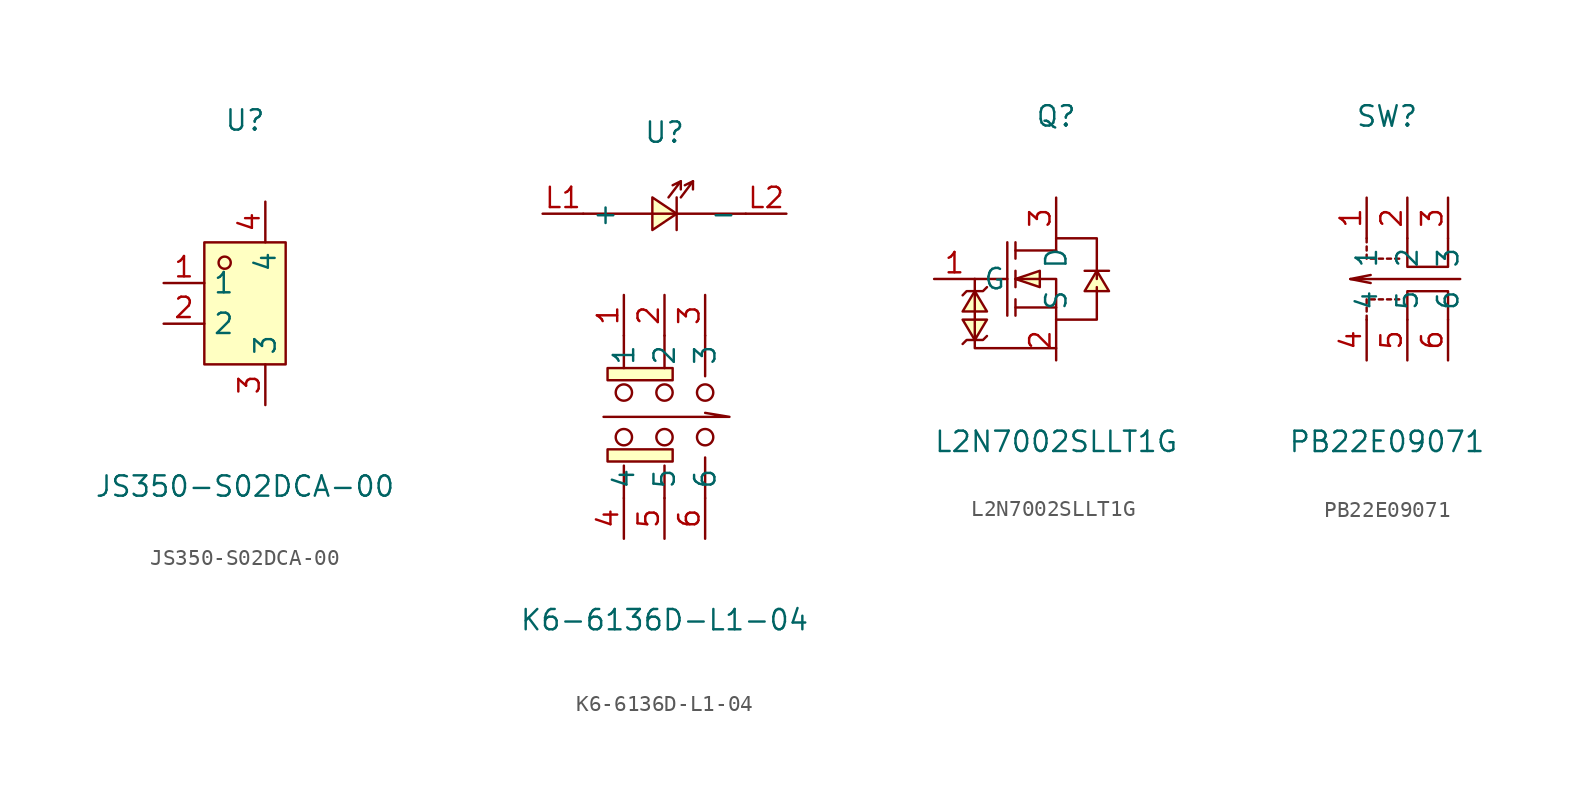
<source format=kicad_sym>
(kicad_symbol_lib
  (version 20241209)
  (generator "kicad_symbol_editor")
  (generator_version "9.0")
  (symbol "JS350-S02DCA-00"
    (property "Reference" "U"
      (at 0 11.43 0)
      (effects (font (size 1.27 1.27))))
    (property "Value" "JS350-S02DCA-00"
      (at 0 -11.43 0)
      (effects (font (size 1.27 1.27))))
    (symbol "JS350-S02DCA-00_0_1"
      (rectangle (start -2.54 3.81) (end 2.54 -3.81) (stroke (width 0) (type default)) (fill (type background)))
      (circle (center -1.27 2.54) (radius 0.38) (stroke (width 0) (type default)) (fill (type none)))
      (pin unspecified line (at -5.08 1.27 0) (length 2.54) (name "1" (effects (font (size 1.27 1.27)))) (number "1" (effects (font (size 1.27 1.27)))))
      (pin unspecified line (at -5.08 -1.27 0) (length 2.54) (name "2" (effects (font (size 1.27 1.27)))) (number "2" (effects (font (size 1.27 1.27)))))
      (pin unspecified line (at 1.27 6.35 270) (length 2.54) (name "4" (effects (font (size 1.27 1.27)))) (number "4" (effects (font (size 1.27 1.27)))))
      (pin unspecified line (at 1.27 -6.35 90) (length 2.54) (name "3" (effects (font (size 1.27 1.27)))) (number "3" (effects (font (size 1.27 1.27)))))))
  (symbol "K6-6136D-L1-04"
    (property "Reference" "U"
      (at 0 13.97 0)
      (effects (font (size 1.27 1.27))))
    (property "Value" "K6-6136D-L1-04"
      (at 0 -16.51 0)
      (effects (font (size 1.27 1.27))))
    (symbol "K6-6136D-L1-04_0_1"
      (polyline (pts (xy -5.08 8.89) (xy 5.08 8.89)) (stroke (width 0) (type default)) (fill (type none)))
      (polyline (pts (xy -3.81 -3.81) (xy 4.06 -3.81) (xy 2.54 -3.56)) (stroke (width 0) (type default)) (fill (type none)))
      (rectangle (start -3.56 -0.76) (end 0.51 -1.52) (stroke (width 0) (type default)) (fill (type background)))
      (rectangle (start -3.56 -5.84) (end 0.51 -6.6) (stroke (width 0) (type default)) (fill (type background)))
      (polyline (pts (xy -2.54 -0.76) (xy -2.54 1.27)) (stroke (width 0) (type default)) (fill (type none)))
      (circle (center -2.54 -2.29) (radius 0.51) (stroke (width 0) (type default)) (fill (type none)))
      (circle (center -2.54 -5.08) (radius 0.51) (stroke (width 0) (type default)) (fill (type none)))
      (polyline (pts (xy -2.54 -6.86) (xy -2.54 -8.89)) (stroke (width 0) (type default)) (fill (type none)))
      (polyline (pts (xy -0.76 9.91) (xy -0.76 7.87) (xy 0.76 8.89) (xy -0.76 9.91)) (stroke (width 0) (type default)) (fill (type background)))
      (polyline (pts (xy 0 -0.76) (xy 0 1.27)) (stroke (width 0) (type default)) (fill (type none)))
      (circle (center 0 -2.29) (radius 0.51) (stroke (width 0) (type default)) (fill (type none)))
      (circle (center 0 -5.08) (radius 0.51) (stroke (width 0) (type default)) (fill (type none)))
      (polyline (pts (xy 0 -6.86) (xy 0 -8.89)) (stroke (width 0) (type default)) (fill (type none)))
      (polyline (pts (xy 0.25 9.91) (xy 1.02 10.92) (xy 0.51 10.67)) (stroke (width 0) (type default)) (fill (type none)))
      (polyline (pts (xy 0.76 9.91) (xy 0.76 7.87)) (stroke (width 0) (type default)) (fill (type none)))
      (polyline (pts (xy 1.02 10.92) (xy 1.02 10.41)) (stroke (width 0) (type default)) (fill (type none)))
      (polyline (pts (xy 1.02 9.91) (xy 1.78 10.92) (xy 1.27 10.67)) (stroke (width 0) (type default)) (fill (type none)))
      (polyline (pts (xy 1.78 10.92) (xy 1.78 10.41)) (stroke (width 0) (type default)) (fill (type none)))
      (polyline (pts (xy 2.54 -1.27) (xy 2.54 1.27)) (stroke (width 0) (type default)) (fill (type none)))
      (circle (center 2.54 -2.29) (radius 0.51) (stroke (width 0) (type default)) (fill (type none)))
      (circle (center 2.54 -5.08) (radius 0.51) (stroke (width 0) (type default)) (fill (type none)))
      (polyline (pts (xy 2.54 -6.35) (xy 2.54 -8.89)) (stroke (width 0) (type default)) (fill (type none)))
      (pin unspecified line (at -7.62 8.89 0) (length 2.54) (name "+" (effects (font (size 1.27 1.27)))) (number "L1" (effects (font (size 1.27 1.27)))))
      (pin unspecified line (at -2.54 3.81 270) (length 2.54) (name "1" (effects (font (size 1.27 1.27)))) (number "1" (effects (font (size 1.27 1.27)))))
      (pin unspecified line (at -2.54 -11.43 90) (length 2.54) (name "4" (effects (font (size 1.27 1.27)))) (number "4" (effects (font (size 1.27 1.27)))))
      (pin unspecified line (at 0 3.81 270) (length 2.54) (name "2" (effects (font (size 1.27 1.27)))) (number "2" (effects (font (size 1.27 1.27)))))
      (pin unspecified line (at 0 -11.43 90) (length 2.54) (name "5" (effects (font (size 1.27 1.27)))) (number "5" (effects (font (size 1.27 1.27)))))
      (pin unspecified line (at 2.54 3.81 270) (length 2.54) (name "3" (effects (font (size 1.27 1.27)))) (number "3" (effects (font (size 1.27 1.27)))))
      (pin unspecified line (at 2.54 -11.43 90) (length 2.54) (name "6" (effects (font (size 1.27 1.27)))) (number "6" (effects (font (size 1.27 1.27)))))
      (pin unspecified line (at 7.62 8.89 180) (length 2.54) (name "-" (effects (font (size 1.27 1.27)))) (number "L2" (effects (font (size 1.27 1.27)))))))
  (symbol "L2N7002SLLT1G"
    (property "Reference" "Q"
      (at 0 10.16 0)
      (effects (font (size 1.27 1.27))))
    (property "Value" "L2N7002SLLT1G"
      (at 0 -10.16 0)
      (effects (font (size 1.27 1.27))))
    (symbol "L2N7002SLLT1G_0_1"
      (polyline (pts (xy -5.84 -1.02) (xy -5.59 -0.76) (xy -4.57 -0.76) (xy -4.32 -0.51)) (stroke (width 0) (type default)) (fill (type none)))
      (polyline (pts (xy -5.08 0) (xy -3.05 0)) (stroke (width 0) (type default)) (fill (type none)))
      (polyline (pts (xy -5.08 0) (xy -5.08 -2.79) (xy -5.08 -3.81) (xy -5.08 -4.32) (xy 0 -4.32)) (stroke (width 0) (type default)) (fill (type none)))
      (polyline (pts (xy -5.08 -0.76) (xy -5.84 -2.03) (xy -4.32 -2.03) (xy -5.08 -0.76)) (stroke (width 0) (type default)) (fill (type background)))
      (polyline (pts (xy -5.08 -3.81) (xy -4.32 -2.54) (xy -5.84 -2.54) (xy -5.08 -3.81)) (stroke (width 0) (type default)) (fill (type background)))
      (polyline (pts (xy -4.32 -3.56) (xy -4.57 -3.81) (xy -5.59 -3.81) (xy -5.84 -4.06)) (stroke (width 0) (type default)) (fill (type none)))
      (polyline (pts (xy -3.05 2.29) (xy -3.05 -2.29)) (stroke (width 0) (type default)) (fill (type none)))
      (polyline (pts (xy -2.54 1.27) (xy -2.54 2.29)) (stroke (width 0) (type default)) (fill (type none)))
      (polyline (pts (xy -2.54 0) (xy 0 0) (xy 0 -2.54)) (stroke (width 0) (type default)) (fill (type none)))
      (polyline (pts (xy -2.54 0) (xy -1.02 -0.51) (xy -1.02 0.51) (xy -2.54 0)) (stroke (width 0) (type default)) (fill (type background)))
      (polyline (pts (xy -2.54 -0.51) (xy -2.54 0.51)) (stroke (width 0) (type default)) (fill (type none)))
      (polyline (pts (xy -2.54 -2.29) (xy -2.54 -1.27)) (stroke (width 0) (type default)) (fill (type none)))
      (polyline (pts (xy 0 1.78) (xy -2.54 1.78)) (stroke (width 0) (type default)) (fill (type none)))
      (polyline (pts (xy 0 1.78) (xy 0 2.54) (xy 2.54 2.54) (xy 2.54 0)) (stroke (width 0) (type default)) (fill (type none)))
      (polyline (pts (xy 0 -1.78) (xy -2.54 -1.78)) (stroke (width 0) (type default)) (fill (type none)))
      (polyline (pts (xy 0 -2.54) (xy 2.54 -2.54) (xy 2.54 -0.51)) (stroke (width 0) (type default)) (fill (type none)))
      (polyline (pts (xy 1.78 0.51) (xy 2.03 0.51) (xy 3.05 0.51) (xy 3.3 0.51)) (stroke (width 0) (type default)) (fill (type none)))
      (polyline (pts (xy 2.54 0.51) (xy 1.78 -0.76) (xy 3.3 -0.76) (xy 2.54 0.51)) (stroke (width 0) (type default)) (fill (type background)))
      (pin unspecified line (at -7.62 0 0) (length 2.54) (name "G" (effects (font (size 1.27 1.27)))) (number "1" (effects (font (size 1.27 1.27)))))
      (pin unspecified line (at 0 5.08 270) (length 2.54) (name "D" (effects (font (size 1.27 1.27)))) (number "3" (effects (font (size 1.27 1.27)))))
      (pin unspecified line (at 0 -5.08 90) (length 2.54) (name "S" (effects (font (size 1.27 1.27)))) (number "2" (effects (font (size 1.27 1.27)))))))
  (symbol "PB22E09071"
    (property "Reference" "SW"
      (at 0 10.16 0)
      (effects (font (size 1.27 1.27))))
    (property "Value" "PB22E09071"
      (at 0 -10.16 0)
      (effects (font (size 1.27 1.27))))
    (symbol "PB22E09071_0_1"
      (polyline (pts (xy -2.29 0) (xy -1.02 -0.25)) (stroke (width 0) (type default)) (fill (type none)))
      (polyline (pts (xy -1.27 2.54) (xy -1.27 2.29)) (stroke (width 0) (type default)) (fill (type none)))
      (polyline (pts (xy -1.27 2.03) (xy -1.27 1.78)) (stroke (width 0) (type default)) (fill (type none)))
      (polyline (pts (xy -1.27 1.52) (xy -1.27 1.27)) (stroke (width 0) (type default)) (fill (type none)))
      (polyline (pts (xy -1.27 -1.52) (xy -1.27 -1.27)) (stroke (width 0) (type default)) (fill (type none)))
      (polyline (pts (xy -1.27 -2.03) (xy -1.27 -1.78)) (stroke (width 0) (type default)) (fill (type none)))
      (polyline (pts (xy -1.27 -2.54) (xy -1.27 -2.29)) (stroke (width 0) (type default)) (fill (type none)))
      (polyline (pts (xy -1.02 1.27) (xy -0.76 1.27)) (stroke (width 0) (type default)) (fill (type none)))
      (polyline (pts (xy -1.02 -1.27) (xy -0.76 -1.27)) (stroke (width 0) (type default)) (fill (type none)))
      (polyline (pts (xy -0.51 1.27) (xy -0.25 1.27)) (stroke (width 0) (type default)) (fill (type none)))
      (polyline (pts (xy -0.51 -1.27) (xy -0.25 -1.27)) (stroke (width 0) (type default)) (fill (type none)))
      (polyline (pts (xy 0 1.27) (xy 0.25 1.27)) (stroke (width 0) (type default)) (fill (type none)))
      (polyline (pts (xy 0 -1.27) (xy 0.25 -1.27)) (stroke (width 0) (type default)) (fill (type none)))
      (polyline (pts (xy 0.51 1.27) (xy 0.76 1.27)) (stroke (width 0) (type default)) (fill (type none)))
      (polyline (pts (xy 0.51 -1.27) (xy 0.76 -1.27)) (stroke (width 0) (type default)) (fill (type none)))
      (polyline (pts (xy 1.27 2.54) (xy 1.27 0.76) (xy 3.81 0.76) (xy 3.81 2.54) (xy 3.81 2.54)) (stroke (width 0) (type default)) (fill (type none)))
      (polyline (pts (xy 1.27 -2.54) (xy 1.27 -0.76) (xy 3.81 -0.76) (xy 3.81 -2.54)) (stroke (width 0) (type default)) (fill (type none)))
      (polyline (pts (xy 4.57 0) (xy -2.29 0) (xy -1.02 0.25)) (stroke (width 0) (type default)) (fill (type none)))
      (pin unspecified line (at -1.27 5.08 270) (length 2.54) (name "1" (effects (font (size 1.27 1.27)))) (number "1" (effects (font (size 1.27 1.27)))))
      (pin unspecified line (at -1.27 -5.08 90) (length 2.54) (name "4" (effects (font (size 1.27 1.27)))) (number "4" (effects (font (size 1.27 1.27)))))
      (pin unspecified line (at 1.27 5.08 270) (length 2.54) (name "2" (effects (font (size 1.27 1.27)))) (number "2" (effects (font (size 1.27 1.27)))))
      (pin unspecified line (at 1.27 -5.08 90) (length 2.54) (name "5" (effects (font (size 1.27 1.27)))) (number "5" (effects (font (size 1.27 1.27)))))
      (pin unspecified line (at 3.81 5.08 270) (length 2.54) (name "3" (effects (font (size 1.27 1.27)))) (number "3" (effects (font (size 1.27 1.27)))))
      (pin unspecified line (at 3.81 -5.08 90) (length 2.54) (name "6" (effects (font (size 1.27 1.27)))) (number "6" (effects (font (size 1.27 1.27))))))))
</source>
